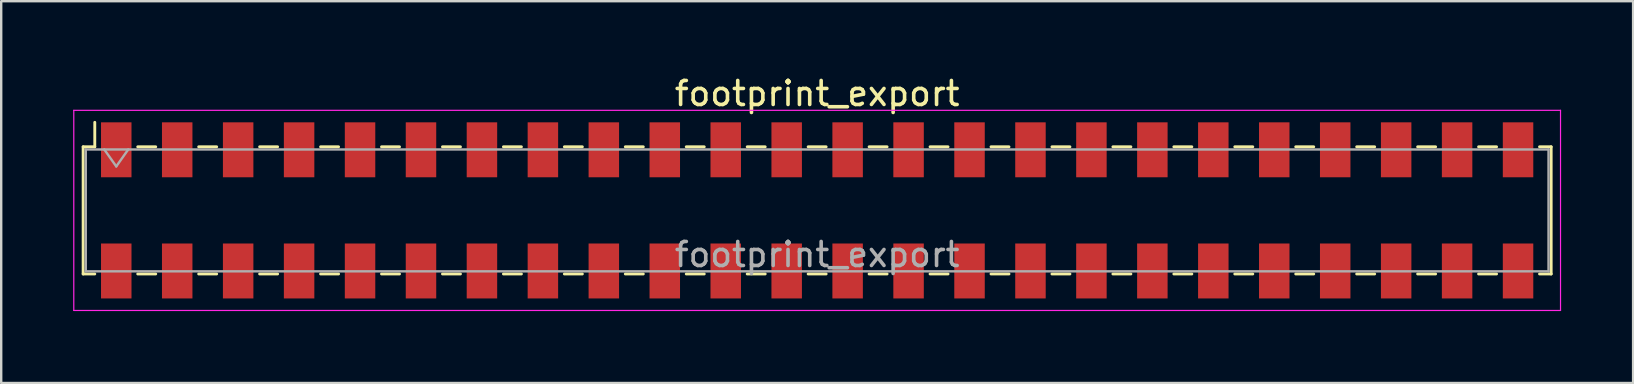
<source format=kicad_pcb>
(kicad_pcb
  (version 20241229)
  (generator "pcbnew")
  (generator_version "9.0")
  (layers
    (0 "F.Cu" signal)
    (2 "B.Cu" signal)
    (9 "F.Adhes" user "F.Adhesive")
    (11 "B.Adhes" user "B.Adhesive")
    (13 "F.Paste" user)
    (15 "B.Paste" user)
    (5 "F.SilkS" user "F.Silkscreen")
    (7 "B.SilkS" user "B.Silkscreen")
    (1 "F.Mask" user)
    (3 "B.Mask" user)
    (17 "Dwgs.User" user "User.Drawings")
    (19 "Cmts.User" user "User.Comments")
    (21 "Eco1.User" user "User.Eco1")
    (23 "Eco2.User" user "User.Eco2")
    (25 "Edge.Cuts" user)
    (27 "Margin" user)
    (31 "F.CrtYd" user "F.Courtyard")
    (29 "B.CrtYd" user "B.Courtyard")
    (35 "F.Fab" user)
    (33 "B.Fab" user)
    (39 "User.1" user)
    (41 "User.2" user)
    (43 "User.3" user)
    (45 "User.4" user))
  (footprint "footprint_export"
    (layer "F.Cu")
    (at 31.005 5.718)
    (property "Reference" "footprint_export" (at 0 -4.87 0) (layer "F.SilkS") (effects (font (size 1 1) (thickness 0.15))))
    (attr smd)
    (fp_line (start -30.59 -2.65) (end -30.59 2.65) (stroke (width 0.12) (type solid)) (layer "F.SilkS"))
    (fp_line (start -30.59 2.65) (end -30.105 2.65) (stroke (width 0.12) (type solid)) (layer "F.SilkS"))
    (fp_line (start -30.105 -3.67) (end -30.105 -2.65) (stroke (width 0.12) (type solid)) (layer "F.SilkS"))
    (fp_line (start -30.105 -2.65) (end -30.59 -2.65) (stroke (width 0.12) (type solid)) (layer "F.SilkS"))
    (fp_line (start -28.315 -2.65) (end -27.565 -2.65) (stroke (width 0.12) (type solid)) (layer "F.SilkS"))
    (fp_line (start -28.315 2.65) (end -27.565 2.65) (stroke (width 0.12) (type solid)) (layer "F.SilkS"))
    (fp_line (start -25.775 -2.65) (end -25.025 -2.65) (stroke (width 0.12) (type solid)) (layer "F.SilkS"))
    (fp_line (start -25.775 2.65) (end -25.025 2.65) (stroke (width 0.12) (type solid)) (layer "F.SilkS"))
    (fp_line (start -23.235 -2.65) (end -22.485 -2.65) (stroke (width 0.12) (type solid)) (layer "F.SilkS"))
    (fp_line (start -23.235 2.65) (end -22.485 2.65) (stroke (width 0.12) (type solid)) (layer "F.SilkS"))
    (fp_line (start -20.695 -2.65) (end -19.945 -2.65) (stroke (width 0.12) (type solid)) (layer "F.SilkS"))
    (fp_line (start -20.695 2.65) (end -19.945 2.65) (stroke (width 0.12) (type solid)) (layer "F.SilkS"))
    (fp_line (start -18.155 -2.65) (end -17.405 -2.65) (stroke (width 0.12) (type solid)) (layer "F.SilkS"))
    (fp_line (start -18.155 2.65) (end -17.405 2.65) (stroke (width 0.12) (type solid)) (layer "F.SilkS"))
    (fp_line (start -15.615 -2.65) (end -14.865 -2.65) (stroke (width 0.12) (type solid)) (layer "F.SilkS"))
    (fp_line (start -15.615 2.65) (end -14.865 2.65) (stroke (width 0.12) (type solid)) (layer "F.SilkS"))
    (fp_line (start -13.075 -2.65) (end -12.325 -2.65) (stroke (width 0.12) (type solid)) (layer "F.SilkS"))
    (fp_line (start -13.075 2.65) (end -12.325 2.65) (stroke (width 0.12) (type solid)) (layer "F.SilkS"))
    (fp_line (start -10.535 -2.65) (end -9.785 -2.65) (stroke (width 0.12) (type solid)) (layer "F.SilkS"))
    (fp_line (start -10.535 2.65) (end -9.785 2.65) (stroke (width 0.12) (type solid)) (layer "F.SilkS"))
    (fp_line (start -7.995 -2.65) (end -7.245 -2.65) (stroke (width 0.12) (type solid)) (layer "F.SilkS"))
    (fp_line (start -7.995 2.65) (end -7.245 2.65) (stroke (width 0.12) (type solid)) (layer "F.SilkS"))
    (fp_line (start -5.455 -2.65) (end -4.705 -2.65) (stroke (width 0.12) (type solid)) (layer "F.SilkS"))
    (fp_line (start -5.455 2.65) (end -4.705 2.65) (stroke (width 0.12) (type solid)) (layer "F.SilkS"))
    (fp_line (start -2.915 -2.65) (end -2.165 -2.65) (stroke (width 0.12) (type solid)) (layer "F.SilkS"))
    (fp_line (start -2.915 2.65) (end -2.165 2.65) (stroke (width 0.12) (type solid)) (layer "F.SilkS"))
    (fp_line (start -0.375 -2.65) (end 0.375 -2.65) (stroke (width 0.12) (type solid)) (layer "F.SilkS"))
    (fp_line (start -0.375 2.65) (end 0.375 2.65) (stroke (width 0.12) (type solid)) (layer "F.SilkS"))
    (fp_line (start 2.165 -2.65) (end 2.915 -2.65) (stroke (width 0.12) (type solid)) (layer "F.SilkS"))
    (fp_line (start 2.165 2.65) (end 2.915 2.65) (stroke (width 0.12) (type solid)) (layer "F.SilkS"))
    (fp_line (start 4.705 -2.65) (end 5.455 -2.65) (stroke (width 0.12) (type solid)) (layer "F.SilkS"))
    (fp_line (start 4.705 2.65) (end 5.455 2.65) (stroke (width 0.12) (type solid)) (layer "F.SilkS"))
    (fp_line (start 7.245 -2.65) (end 7.995 -2.65) (stroke (width 0.12) (type solid)) (layer "F.SilkS"))
    (fp_line (start 7.245 2.65) (end 7.995 2.65) (stroke (width 0.12) (type solid)) (layer "F.SilkS"))
    (fp_line (start 9.785 -2.65) (end 10.535 -2.65) (stroke (width 0.12) (type solid)) (layer "F.SilkS"))
    (fp_line (start 9.785 2.65) (end 10.535 2.65) (stroke (width 0.12) (type solid)) (layer "F.SilkS"))
    (fp_line (start 12.325 -2.65) (end 13.075 -2.65) (stroke (width 0.12) (type solid)) (layer "F.SilkS"))
    (fp_line (start 12.325 2.65) (end 13.075 2.65) (stroke (width 0.12) (type solid)) (layer "F.SilkS"))
    (fp_line (start 14.865 -2.65) (end 15.615 -2.65) (stroke (width 0.12) (type solid)) (layer "F.SilkS"))
    (fp_line (start 14.865 2.65) (end 15.615 2.65) (stroke (width 0.12) (type solid)) (layer "F.SilkS"))
    (fp_line (start 17.405 -2.65) (end 18.155 -2.65) (stroke (width 0.12) (type solid)) (layer "F.SilkS"))
    (fp_line (start 17.405 2.65) (end 18.155 2.65) (stroke (width 0.12) (type solid)) (layer "F.SilkS"))
    (fp_line (start 19.945 -2.65) (end 20.695 -2.65) (stroke (width 0.12) (type solid)) (layer "F.SilkS"))
    (fp_line (start 19.945 2.65) (end 20.695 2.65) (stroke (width 0.12) (type solid)) (layer "F.SilkS"))
    (fp_line (start 22.485 -2.65) (end 23.235 -2.65) (stroke (width 0.12) (type solid)) (layer "F.SilkS"))
    (fp_line (start 22.485 2.65) (end 23.235 2.65) (stroke (width 0.12) (type solid)) (layer "F.SilkS"))
    (fp_line (start 25.025 -2.65) (end 25.775 -2.65) (stroke (width 0.12) (type solid)) (layer "F.SilkS"))
    (fp_line (start 25.025 2.65) (end 25.775 2.65) (stroke (width 0.12) (type solid)) (layer "F.SilkS"))
    (fp_line (start 27.565 -2.65) (end 28.315 -2.65) (stroke (width 0.12) (type solid)) (layer "F.SilkS"))
    (fp_line (start 27.565 2.65) (end 28.315 2.65) (stroke (width 0.12) (type solid)) (layer "F.SilkS"))
    (fp_line (start 30.105 -2.65) (end 30.59 -2.65) (stroke (width 0.12) (type solid)) (layer "F.SilkS"))
    (fp_line (start 30.59 -2.65) (end 30.59 2.65) (stroke (width 0.12) (type solid)) (layer "F.SilkS"))
    (fp_line (start 30.59 2.65) (end 30.105 2.65) (stroke (width 0.12) (type solid)) (layer "F.SilkS"))
    (fp_line (start -30.98 -4.17) (end 30.98 -4.17) (stroke (width 0.05) (type solid)) (layer "F.CrtYd"))
    (fp_line (start -30.98 4.17) (end -30.98 -4.17) (stroke (width 0.05) (type solid)) (layer "F.CrtYd"))
    (fp_line (start 30.98 -4.17) (end 30.98 4.17) (stroke (width 0.05) (type solid)) (layer "F.CrtYd"))
    (fp_line (start 30.98 4.17) (end -30.98 4.17) (stroke (width 0.05) (type solid)) (layer "F.CrtYd"))
    (fp_line (start -30.48 -2.54) (end 30.48 -2.54) (stroke (width 0.1) (type solid)) (layer "F.Fab"))
    (fp_line (start -30.48 2.54) (end -30.48 -2.54) (stroke (width 0.1) (type solid)) (layer "F.Fab"))
    (fp_line (start -29.71 -2.54) (end -29.21 -1.833) (stroke (width 0.1) (type solid)) (layer "F.Fab"))
    (fp_line (start -29.21 -1.833) (end -28.71 -2.54) (stroke (width 0.1) (type solid)) (layer "F.Fab"))
    (fp_line (start 30.48 -2.54) (end 30.48 2.54) (stroke (width 0.1) (type solid)) (layer "F.Fab"))
    (fp_line (start 30.48 2.54) (end -30.48 2.54) (stroke (width 0.1) (type solid)) (layer "F.Fab"))
    (fp_text user "${REFERENCE}" (at 0 1.84 0) (layer "F.Fab") (effects (font (size 1 1) (thickness 0.15))))
    (pad "1" smd rect (at -29.21 -2.525) (size 1.27 2.29) (layers "F.Cu" "F.Mask" "F.Paste"))
    (pad "2" smd rect (at -29.21 2.525) (size 1.27 2.29) (layers "F.Cu" "F.Mask" "F.Paste"))
    (pad "3" smd rect (at -26.67 -2.525) (size 1.27 2.29) (layers "F.Cu" "F.Mask" "F.Paste"))
    (pad "4" smd rect (at -26.67 2.525) (size 1.27 2.29) (layers "F.Cu" "F.Mask" "F.Paste"))
    (pad "5" smd rect (at -24.13 -2.525) (size 1.27 2.29) (layers "F.Cu" "F.Mask" "F.Paste"))
    (pad "6" smd rect (at -24.13 2.525) (size 1.27 2.29) (layers "F.Cu" "F.Mask" "F.Paste"))
    (pad "7" smd rect (at -21.59 -2.525) (size 1.27 2.29) (layers "F.Cu" "F.Mask" "F.Paste"))
    (pad "8" smd rect (at -21.59 2.525) (size 1.27 2.29) (layers "F.Cu" "F.Mask" "F.Paste"))
    (pad "9" smd rect (at -19.05 -2.525) (size 1.27 2.29) (layers "F.Cu" "F.Mask" "F.Paste"))
    (pad "10" smd rect (at -19.05 2.525) (size 1.27 2.29) (layers "F.Cu" "F.Mask" "F.Paste"))
    (pad "11" smd rect (at -16.51 -2.525) (size 1.27 2.29) (layers "F.Cu" "F.Mask" "F.Paste"))
    (pad "12" smd rect (at -16.51 2.525) (size 1.27 2.29) (layers "F.Cu" "F.Mask" "F.Paste"))
    (pad "13" smd rect (at -13.97 -2.525) (size 1.27 2.29) (layers "F.Cu" "F.Mask" "F.Paste"))
    (pad "14" smd rect (at -13.97 2.525) (size 1.27 2.29) (layers "F.Cu" "F.Mask" "F.Paste"))
    (pad "15" smd rect (at -11.43 -2.525) (size 1.27 2.29) (layers "F.Cu" "F.Mask" "F.Paste"))
    (pad "16" smd rect (at -11.43 2.525) (size 1.27 2.29) (layers "F.Cu" "F.Mask" "F.Paste"))
    (pad "17" smd rect (at -8.89 -2.525) (size 1.27 2.29) (layers "F.Cu" "F.Mask" "F.Paste"))
    (pad "18" smd rect (at -8.89 2.525) (size 1.27 2.29) (layers "F.Cu" "F.Mask" "F.Paste"))
    (pad "19" smd rect (at -6.35 -2.525) (size 1.27 2.29) (layers "F.Cu" "F.Mask" "F.Paste"))
    (pad "20" smd rect (at -6.35 2.525) (size 1.27 2.29) (layers "F.Cu" "F.Mask" "F.Paste"))
    (pad "21" smd rect (at -3.81 -2.525) (size 1.27 2.29) (layers "F.Cu" "F.Mask" "F.Paste"))
    (pad "22" smd rect (at -3.81 2.525) (size 1.27 2.29) (layers "F.Cu" "F.Mask" "F.Paste"))
    (pad "23" smd rect (at -1.27 -2.525) (size 1.27 2.29) (layers "F.Cu" "F.Mask" "F.Paste"))
    (pad "24" smd rect (at -1.27 2.525) (size 1.27 2.29) (layers "F.Cu" "F.Mask" "F.Paste"))
    (pad "25" smd rect (at 1.27 -2.525) (size 1.27 2.29) (layers "F.Cu" "F.Mask" "F.Paste"))
    (pad "26" smd rect (at 1.27 2.525) (size 1.27 2.29) (layers "F.Cu" "F.Mask" "F.Paste"))
    (pad "27" smd rect (at 3.81 -2.525) (size 1.27 2.29) (layers "F.Cu" "F.Mask" "F.Paste"))
    (pad "28" smd rect (at 3.81 2.525) (size 1.27 2.29) (layers "F.Cu" "F.Mask" "F.Paste"))
    (pad "29" smd rect (at 6.35 -2.525) (size 1.27 2.29) (layers "F.Cu" "F.Mask" "F.Paste"))
    (pad "30" smd rect (at 6.35 2.525) (size 1.27 2.29) (layers "F.Cu" "F.Mask" "F.Paste"))
    (pad "31" smd rect (at 8.89 -2.525) (size 1.27 2.29) (layers "F.Cu" "F.Mask" "F.Paste"))
    (pad "32" smd rect (at 8.89 2.525) (size 1.27 2.29) (layers "F.Cu" "F.Mask" "F.Paste"))
    (pad "33" smd rect (at 11.43 -2.525) (size 1.27 2.29) (layers "F.Cu" "F.Mask" "F.Paste"))
    (pad "34" smd rect (at 11.43 2.525) (size 1.27 2.29) (layers "F.Cu" "F.Mask" "F.Paste"))
    (pad "35" smd rect (at 13.97 -2.525) (size 1.27 2.29) (layers "F.Cu" "F.Mask" "F.Paste"))
    (pad "36" smd rect (at 13.97 2.525) (size 1.27 2.29) (layers "F.Cu" "F.Mask" "F.Paste"))
    (pad "37" smd rect (at 16.51 -2.525) (size 1.27 2.29) (layers "F.Cu" "F.Mask" "F.Paste"))
    (pad "38" smd rect (at 16.51 2.525) (size 1.27 2.29) (layers "F.Cu" "F.Mask" "F.Paste"))
    (pad "39" smd rect (at 19.05 -2.525) (size 1.27 2.29) (layers "F.Cu" "F.Mask" "F.Paste"))
    (pad "40" smd rect (at 19.05 2.525) (size 1.27 2.29) (layers "F.Cu" "F.Mask" "F.Paste"))
    (pad "41" smd rect (at 21.59 -2.525) (size 1.27 2.29) (layers "F.Cu" "F.Mask" "F.Paste"))
    (pad "42" smd rect (at 21.59 2.525) (size 1.27 2.29) (layers "F.Cu" "F.Mask" "F.Paste"))
    (pad "43" smd rect (at 24.13 -2.525) (size 1.27 2.29) (layers "F.Cu" "F.Mask" "F.Paste"))
    (pad "44" smd rect (at 24.13 2.525) (size 1.27 2.29) (layers "F.Cu" "F.Mask" "F.Paste"))
    (pad "45" smd rect (at 26.67 -2.525) (size 1.27 2.29) (layers "F.Cu" "F.Mask" "F.Paste"))
    (pad "46" smd rect (at 26.67 2.525) (size 1.27 2.29) (layers "F.Cu" "F.Mask" "F.Paste"))
    (pad "47" smd rect (at 29.21 -2.525) (size 1.27 2.29) (layers "F.Cu" "F.Mask" "F.Paste"))
    (pad "48" smd rect (at 29.21 2.525) (size 1.27 2.29) (layers "F.Cu" "F.Mask" "F.Paste")))
  (gr_rect
    (start -3 -3)
    (end 65.01 12.913)
    (stroke (width 0.1) (type default))
    (fill no)
    (layer "Edge.Cuts")))
</source>
